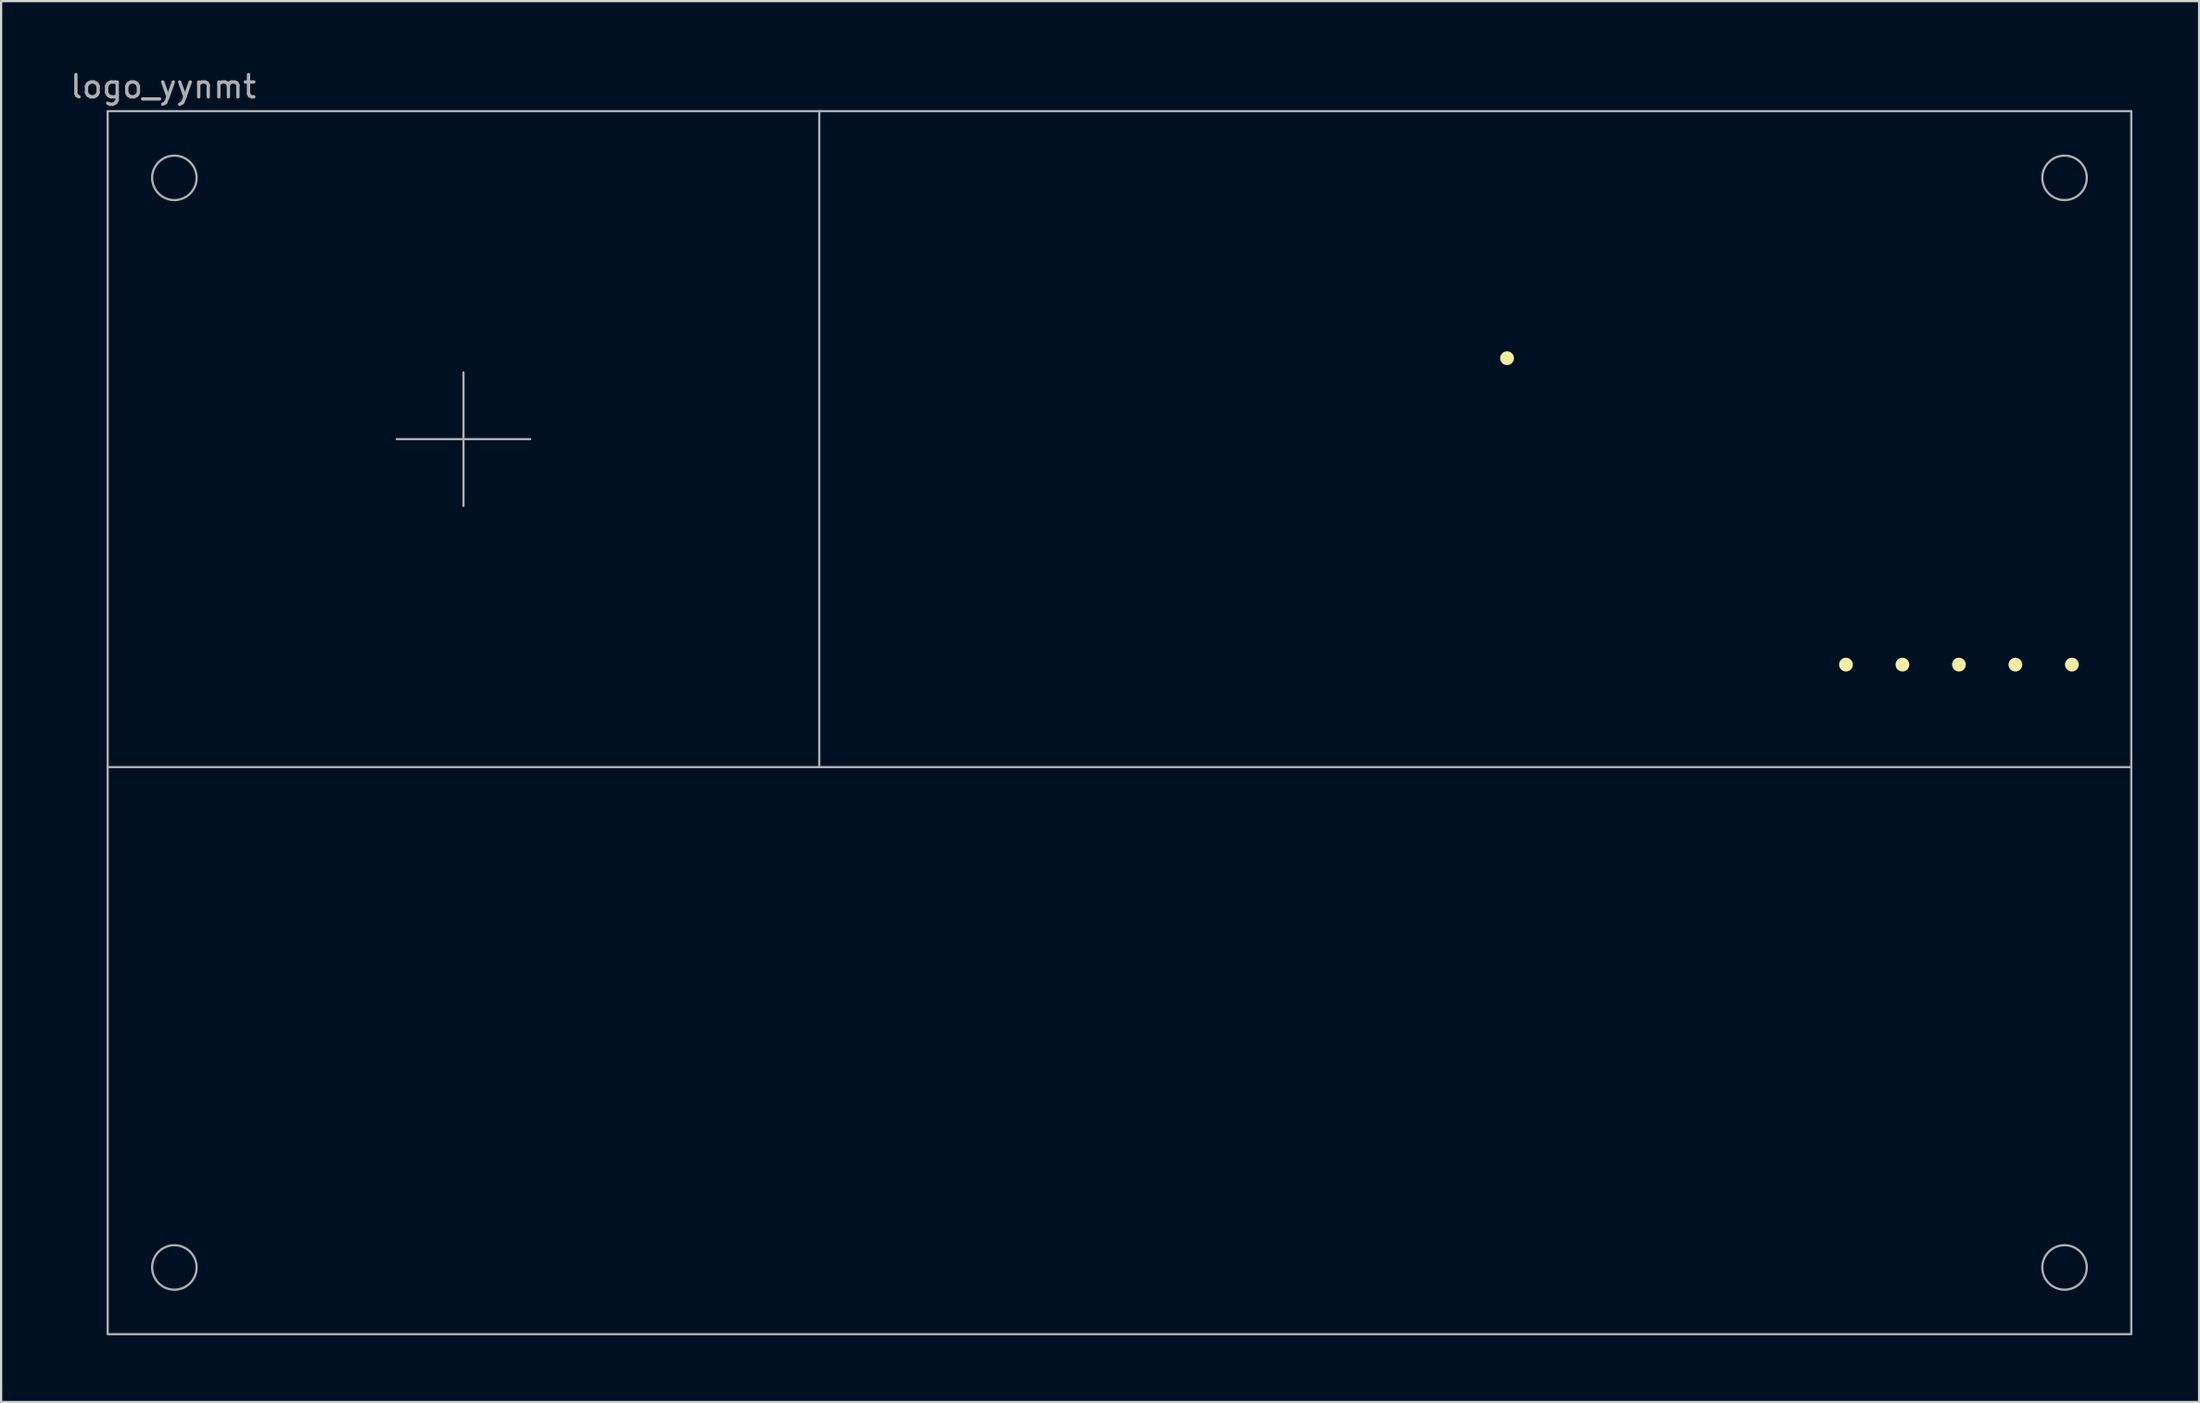
<source format=kicad_pcb>
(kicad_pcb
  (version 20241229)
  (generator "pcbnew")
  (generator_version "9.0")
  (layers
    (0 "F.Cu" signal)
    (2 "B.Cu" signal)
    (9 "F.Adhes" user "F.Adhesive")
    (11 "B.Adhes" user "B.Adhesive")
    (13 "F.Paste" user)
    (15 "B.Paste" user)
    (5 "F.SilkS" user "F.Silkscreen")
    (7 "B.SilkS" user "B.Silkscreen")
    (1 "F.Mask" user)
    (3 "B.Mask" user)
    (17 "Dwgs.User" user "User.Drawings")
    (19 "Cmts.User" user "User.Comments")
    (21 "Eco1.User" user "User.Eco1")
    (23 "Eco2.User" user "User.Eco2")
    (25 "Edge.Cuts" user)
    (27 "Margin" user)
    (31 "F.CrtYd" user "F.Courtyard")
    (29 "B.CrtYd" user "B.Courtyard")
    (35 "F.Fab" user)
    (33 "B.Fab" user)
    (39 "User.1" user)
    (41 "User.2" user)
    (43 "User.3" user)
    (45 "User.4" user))
  (footprint "logo_yynmt"
    (layer "F.Cu")
    (at 1.792 1.948)
    (property "Reference" "logo_yynmt" (at 2.5 -1.1 0) (unlocked yes) (layer "F.Fab") (effects (font (size 1 1) (thickness 0.15))))
    (attr exclude_from_pos_files exclude_from_bom)
    (fp_poly (pts (xy 8 4) (xy 8 2) (xy 10 2)) (stroke (width 0) (type solid)) (fill yes) (layer "F.Mask"))
    (fp_poly (pts (xy 24 2) (xy 24 4) (xy 22 4)) (stroke (width 0) (type solid)) (fill yes) (layer "F.Mask"))
    (fp_poly (pts (xy 12 4) (xy 10 4) (xy 12 2) (xy 14 2)) (stroke (width 0) (type solid)) (fill yes) (layer "F.Mask"))
    (fp_poly (pts (xy 16 4) (xy 14 4) (xy 16 2) (xy 18 2)) (stroke (width 0) (type solid)) (fill yes) (layer "F.Mask"))
    (fp_poly (pts (xy 20 4) (xy 18 4) (xy 20 2) (xy 22 2)) (stroke (width 0) (type solid)) (fill yes) (layer "F.Mask"))
    (fp_poly (pts (xy 27.848 4) (xy 27.748 4) (xy 27.748 2) (xy 27.848 2)) (stroke (width 0) (type solid)) (fill yes) (layer "F.Mask"))
    (fp_poly (pts (xy 32.61 3.2) (xy 32.51 3.2) (xy 32.51 2.8) (xy 32.61 2.8)) (stroke (width 0) (type solid)) (fill yes) (layer "F.Mask"))
    (fp_poly (pts (xy 37.373 3.5) (xy 37.273 3.5) (xy 37.273 2.5) (xy 37.373 2.5)) (stroke (width 0) (type solid)) (fill yes) (layer "F.Mask"))
    (fp_poly (pts (xy 42.135 3.2) (xy 42.035 3.2) (xy 42.035 2.8) (xy 42.135 2.8)) (stroke (width 0) (type solid)) (fill yes) (layer "F.Mask"))
    (fp_poly (pts (xy 46.898 4) (xy 46.798 4) (xy 46.798 2) (xy 46.898 2)) (stroke (width 0) (type solid)) (fill yes) (layer "F.Mask"))
    (fp_poly (pts (xy 51.66 3.2) (xy 51.56 3.2) (xy 51.56 2.8) (xy 51.66 2.8)) (stroke (width 0) (type solid)) (fill yes) (layer "F.Mask"))
    (fp_poly (pts (xy 56.423 3.5) (xy 56.323 3.5) (xy 56.323 2.5) (xy 56.423 2.5)) (stroke (width 0) (type solid)) (fill yes) (layer "F.Mask"))
    (fp_poly (pts (xy 61.188 3.2) (xy 61.087 3.2) (xy 61.087 2.8) (xy 61.188 2.8)) (stroke (width 0) (type solid)) (fill yes) (layer "F.Mask"))
    (fp_poly (pts (xy 65.95 4) (xy 65.85 4) (xy 65.85 2) (xy 65.95 2)) (stroke (width 0) (type solid)) (fill yes) (layer "F.Mask"))
    (fp_poly (pts (xy 70.713 3.2) (xy 70.612 3.2) (xy 70.612 2.8) (xy 70.713 2.8)) (stroke (width 0) (type solid)) (fill yes) (layer "F.Mask"))
    (fp_poly (pts (xy 75.475 3.5) (xy 75.375 3.5) (xy 75.375 2.5) (xy 75.475 2.5)) (stroke (width 0) (type solid)) (fill yes) (layer "F.Mask"))
    (fp_poly (pts (xy 80.237 3.2) (xy 80.138 3.2) (xy 80.138 2.8) (xy 80.237 2.8)) (stroke (width 0) (type solid)) (fill yes) (layer "F.Mask"))
    (fp_poly (pts (xy 85 2.95) (xy 85 3.05) (xy 27.748 3.05) (xy 27.75 2.95)) (stroke (width 0) (type solid)) (fill yes) (layer "F.Mask"))
    (fp_poly (pts (xy 85 4) (xy 84.9 4) (xy 84.9 2) (xy 85 2)) (stroke (width 0) (type solid)) (fill yes) (layer "F.Mask"))
    (fp_poly (pts (xy 12.913 5.308) (xy 12.861 5.31) (xy 12.836 5.31) (xy 12.82 5.309) (xy 12.81 5.308) (xy 12.807 5.305) (xy 12.807 5.299) (xy 12.807 5.284) (xy 12.806 5.26) (xy 12.806 5.23) (xy 12.806 5.193) (xy 12.806 5.151) (xy 12.806 5.104) (xy 12.806 5.053) (xy 12.806 5.016) (xy 12.808 4.733) (xy 12.913 4.733)) (stroke (width 0) (type solid)) (fill yes) (layer "F.Mask"))
    (fp_poly (pts (xy 21.576 5.184) (xy 21.597 5.193) (xy 21.615 5.209) (xy 21.617 5.213) (xy 21.627 5.236) (xy 21.628 5.26) (xy 21.621 5.283) (xy 21.606 5.303) (xy 21.588 5.316) (xy 21.566 5.324) (xy 21.548 5.325) (xy 21.529 5.319) (xy 21.525 5.317) (xy 21.505 5.302) (xy 21.491 5.281) (xy 21.485 5.257) (xy 21.488 5.231) (xy 21.494 5.216) (xy 21.509 5.198) (xy 21.529 5.186) (xy 21.552 5.182)) (stroke (width 0) (type solid)) (fill yes) (layer "F.Mask"))
    (fp_poly (pts (xy 12.881 4.451) (xy 12.904 4.463) (xy 12.908 4.467) (xy 12.924 4.487) (xy 12.932 4.51) (xy 12.931 4.533) (xy 12.924 4.556) (xy 12.909 4.575) (xy 12.887 4.589) (xy 12.883 4.591) (xy 12.865 4.595) (xy 12.847 4.594) (xy 12.827 4.586) (xy 12.806 4.572) (xy 12.793 4.553) (xy 12.786 4.531) (xy 12.787 4.508) (xy 12.795 4.487) (xy 12.809 4.468) (xy 12.83 4.454) (xy 12.831 4.454) (xy 12.857 4.448)) (stroke (width 0) (type solid)) (fill yes) (layer "F.Mask"))
    (fp_poly (pts (xy 21.269 4.63) (xy 21.27 4.731) (xy 21.319 4.732) (xy 21.368 4.733) (xy 21.368 4.828) (xy 21.27 4.831) (xy 21.268 5.308) (xy 21.217 5.31) (xy 21.196 5.31) (xy 21.178 5.31) (xy 21.167 5.309) (xy 21.163 5.308) (xy 21.163 5.302) (xy 21.162 5.288) (xy 21.162 5.265) (xy 21.161 5.235) (xy 21.161 5.2) (xy 21.16 5.159) (xy 21.16 5.114) (xy 21.16 5.068) (xy 21.16 4.831) (xy 21.131 4.83) (xy 21.103 4.828) (xy 21.103 4.733) (xy 21.131 4.732) (xy 21.16 4.73) (xy 21.161 4.629) (xy 21.163 4.528) (xy 21.268 4.528)) (stroke (width 0) (type solid)) (fill yes) (layer "F.Mask"))
    (fp_poly (pts (xy 8.131 4.387) (xy 8.177 4.388) (xy 8.214 4.39) (xy 8.244 4.392) (xy 8.269 4.394) (xy 8.29 4.398) (xy 8.308 4.402) (xy 8.325 4.409) (xy 8.343 4.416) (xy 8.353 4.421) (xy 8.391 4.445) (xy 8.422 4.475) (xy 8.447 4.511) (xy 8.466 4.551) (xy 8.479 4.594) (xy 8.484 4.638) (xy 8.483 4.683) (xy 8.475 4.727) (xy 8.46 4.769) (xy 8.437 4.807) (xy 8.407 4.841) (xy 8.406 4.842) (xy 8.369 4.868) (xy 8.327 4.888) (xy 8.277 4.902) (xy 8.221 4.909) (xy 8.172 4.911) (xy 8.11 4.911) (xy 8.108 5.308) (xy 8 5.311) (xy 8 4.848) (xy 8 4.491) (xy 8.11 4.491) (xy 8.11 4.806) (xy 8.169 4.806) (xy 8.196 4.805) (xy 8.222 4.804) (xy 8.243 4.801) (xy 8.253 4.799) (xy 8.293 4.785) (xy 8.325 4.765) (xy 8.349 4.739) (xy 8.364 4.707) (xy 8.373 4.669) (xy 8.374 4.658) (xy 8.373 4.617) (xy 8.364 4.582) (xy 8.346 4.552) (xy 8.321 4.529) (xy 8.288 4.511) (xy 8.246 4.499) (xy 8.197 4.492) (xy 8.161 4.491) (xy 8.11 4.491) (xy 8 4.491) (xy 8 4.385)) (stroke (width 0) (type solid)) (fill yes) (layer "F.Mask"))
    (fp_poly (pts (xy 17.273 4.931) (xy 17.294 4.972) (xy 17.313 5.011) (xy 17.33 5.045) (xy 17.345 5.074) (xy 17.358 5.098) (xy 17.367 5.115) (xy 17.373 5.125) (xy 17.375 5.127) (xy 17.378 5.122) (xy 17.384 5.109) (xy 17.394 5.088) (xy 17.406 5.061) (xy 17.421 5.029) (xy 17.438 4.993) (xy 17.456 4.953) (xy 17.467 4.927) (xy 17.556 4.731) (xy 17.613 4.731) (xy 17.64 4.731) (xy 17.658 4.733) (xy 17.668 4.735) (xy 17.67 4.737) (xy 17.668 4.742) (xy 17.662 4.756) (xy 17.652 4.777) (xy 17.639 4.806) (xy 17.623 4.841) (xy 17.603 4.882) (xy 17.582 4.929) (xy 17.558 4.98) (xy 17.532 5.035) (xy 17.504 5.093) (xy 17.475 5.155) (xy 17.461 5.184) (xy 17.253 5.626) (xy 17.197 5.626) (xy 17.174 5.626) (xy 17.155 5.625) (xy 17.143 5.624) (xy 17.138 5.622) (xy 17.14 5.617) (xy 17.146 5.604) (xy 17.155 5.584) (xy 17.167 5.557) (xy 17.182 5.526) (xy 17.199 5.491) (xy 17.218 5.452) (xy 17.226 5.435) (xy 17.316 5.252) (xy 17.186 4.995) (xy 17.162 4.948) (xy 17.14 4.903) (xy 17.119 4.862) (xy 17.101 4.826) (xy 17.086 4.794) (xy 17.073 4.768) (xy 17.064 4.749) (xy 17.059 4.738) (xy 17.058 4.734) (xy 17.064 4.733) (xy 17.078 4.732) (xy 17.098 4.731) (xy 17.118 4.731) (xy 17.174 4.731)) (stroke (width 0) (type solid)) (fill yes) (layer "F.Mask"))
    (fp_poly (pts (xy 18.298 4.931) (xy 18.319 4.972) (xy 18.338 5.011) (xy 18.355 5.045) (xy 18.37 5.074) (xy 18.383 5.098) (xy 18.392 5.115) (xy 18.398 5.125) (xy 18.4 5.127) (xy 18.403 5.122) (xy 18.409 5.109) (xy 18.419 5.088) (xy 18.431 5.061) (xy 18.446 5.029) (xy 18.463 4.993) (xy 18.481 4.953) (xy 18.492 4.927) (xy 18.581 4.731) (xy 18.638 4.731) (xy 18.665 4.731) (xy 18.683 4.733) (xy 18.693 4.735) (xy 18.695 4.737) (xy 18.693 4.742) (xy 18.687 4.756) (xy 18.677 4.777) (xy 18.664 4.806) (xy 18.648 4.841) (xy 18.628 4.882) (xy 18.607 4.929) (xy 18.583 4.98) (xy 18.557 5.035) (xy 18.529 5.093) (xy 18.5 5.155) (xy 18.486 5.184) (xy 18.278 5.626) (xy 18.222 5.626) (xy 18.199 5.626) (xy 18.18 5.625) (xy 18.168 5.624) (xy 18.163 5.622) (xy 18.165 5.617) (xy 18.171 5.604) (xy 18.18 5.584) (xy 18.192 5.557) (xy 18.207 5.526) (xy 18.224 5.491) (xy 18.243 5.452) (xy 18.251 5.435) (xy 18.341 5.252) (xy 18.211 4.995) (xy 18.187 4.948) (xy 18.165 4.903) (xy 18.144 4.862) (xy 18.126 4.826) (xy 18.111 4.794) (xy 18.098 4.768) (xy 18.089 4.749) (xy 18.084 4.738) (xy 18.083 4.734) (xy 18.089 4.733) (xy 18.103 4.732) (xy 18.123 4.731) (xy 18.143 4.731) (xy 18.199 4.731)) (stroke (width 0) (type solid)) (fill yes) (layer "F.Mask"))
    (fp_poly (pts (xy 18.963 4.931) (xy 18.984 4.972) (xy 19.003 5.011) (xy 19.02 5.045) (xy 19.035 5.074) (xy 19.048 5.098) (xy 19.057 5.115) (xy 19.063 5.125) (xy 19.065 5.127) (xy 19.068 5.122) (xy 19.074 5.109) (xy 19.084 5.088) (xy 19.096 5.061) (xy 19.111 5.029) (xy 19.128 4.993) (xy 19.146 4.953) (xy 19.157 4.927) (xy 19.246 4.731) (xy 19.303 4.731) (xy 19.33 4.731) (xy 19.348 4.733) (xy 19.358 4.735) (xy 19.36 4.737) (xy 19.358 4.742) (xy 19.352 4.756) (xy 19.342 4.777) (xy 19.329 4.806) (xy 19.313 4.841) (xy 19.293 4.882) (xy 19.272 4.929) (xy 19.248 4.98) (xy 19.222 5.035) (xy 19.194 5.093) (xy 19.165 5.155) (xy 19.151 5.184) (xy 18.943 5.626) (xy 18.887 5.626) (xy 18.864 5.626) (xy 18.845 5.625) (xy 18.833 5.624) (xy 18.828 5.622) (xy 18.83 5.617) (xy 18.836 5.604) (xy 18.845 5.584) (xy 18.857 5.557) (xy 18.872 5.526) (xy 18.889 5.491) (xy 18.908 5.452) (xy 18.916 5.435) (xy 19.006 5.252) (xy 18.876 4.995) (xy 18.852 4.948) (xy 18.83 4.903) (xy 18.809 4.862) (xy 18.791 4.826) (xy 18.776 4.794) (xy 18.763 4.768) (xy 18.754 4.749) (xy 18.749 4.738) (xy 18.748 4.734) (xy 18.754 4.733) (xy 18.768 4.732) (xy 18.788 4.731) (xy 18.808 4.731) (xy 18.864 4.731)) (stroke (width 0) (type solid)) (fill yes) (layer "F.Mask"))
    (fp_poly (pts (xy 10.849 4.387) (xy 10.901 4.388) (xy 10.944 4.39) (xy 10.981 4.392) (xy 11.011 4.395) (xy 11.038 4.4) (xy 11.063 4.405) (xy 11.086 4.412) (xy 11.11 4.421) (xy 11.121 4.426) (xy 11.179 4.455) (xy 11.231 4.493) (xy 11.278 4.537) (xy 11.317 4.588) (xy 11.349 4.644) (xy 11.366 4.686) (xy 11.382 4.746) (xy 11.391 4.811) (xy 11.391 4.876) (xy 11.384 4.941) (xy 11.375 4.986) (xy 11.354 5.042) (xy 11.325 5.096) (xy 11.288 5.147) (xy 11.244 5.192) (xy 11.195 5.231) (xy 11.15 5.258) (xy 11.12 5.272) (xy 11.09 5.284) (xy 11.059 5.293) (xy 11.024 5.3) (xy 10.984 5.305) (xy 10.939 5.308) (xy 10.887 5.31) (xy 10.826 5.311) (xy 10.821 5.311) (xy 10.705 5.311) (xy 10.705 4.49) (xy 10.815 4.49) (xy 10.815 5.207) (xy 10.901 5.205) (xy 10.945 5.203) (xy 10.981 5.2) (xy 11.009 5.196) (xy 11.02 5.193) (xy 11.075 5.174) (xy 11.125 5.147) (xy 11.17 5.112) (xy 11.208 5.07) (xy 11.24 5.023) (xy 11.254 4.993) (xy 11.269 4.946) (xy 11.277 4.894) (xy 11.279 4.84) (xy 11.275 4.785) (xy 11.264 4.733) (xy 11.253 4.7) (xy 11.229 4.654) (xy 11.196 4.612) (xy 11.157 4.574) (xy 11.113 4.544) (xy 11.098 4.536) (xy 11.066 4.522) (xy 11.035 4.51) (xy 11.002 4.502) (xy 10.965 4.497) (xy 10.922 4.493) (xy 10.896 4.492) (xy 10.815 4.49) (xy 10.705 4.49) (xy 10.705 4.385)) (stroke (width 0) (type solid)) (fill yes) (layer "F.Mask"))
    (fp_poly (pts (xy 22.149 4.72) (xy 22.181 4.724) (xy 22.211 4.732) (xy 22.241 4.745) (xy 22.261 4.755) (xy 22.295 4.772) (xy 22.295 4.834) (xy 22.295 4.858) (xy 22.294 4.877) (xy 22.293 4.89) (xy 22.292 4.896) (xy 22.292 4.896) (xy 22.287 4.893) (xy 22.277 4.885) (xy 22.264 4.873) (xy 22.263 4.873) (xy 22.227 4.846) (xy 22.188 4.827) (xy 22.148 4.817) (xy 22.107 4.814) (xy 22.066 4.819) (xy 22.028 4.831) (xy 21.994 4.851) (xy 21.964 4.878) (xy 21.943 4.907) (xy 21.929 4.939) (xy 21.92 4.978) (xy 21.916 5.018) (xy 21.918 5.058) (xy 21.925 5.095) (xy 21.927 5.101) (xy 21.945 5.137) (xy 21.97 5.169) (xy 22 5.195) (xy 22.034 5.214) (xy 22.056 5.222) (xy 22.102 5.228) (xy 22.147 5.225) (xy 22.192 5.212) (xy 22.234 5.19) (xy 22.273 5.16) (xy 22.286 5.149) (xy 22.294 5.145) (xy 22.298 5.147) (xy 22.298 5.147) (xy 22.299 5.155) (xy 22.299 5.17) (xy 22.299 5.191) (xy 22.299 5.211) (xy 22.298 5.268) (xy 22.255 5.29) (xy 22.205 5.31) (xy 22.152 5.322) (xy 22.098 5.325) (xy 22.068 5.322) (xy 22.014 5.31) (xy 21.965 5.29) (xy 21.921 5.263) (xy 21.882 5.228) (xy 21.851 5.188) (xy 21.827 5.142) (xy 21.813 5.093) (xy 21.805 5.038) (xy 21.807 4.983) (xy 21.818 4.931) (xy 21.837 4.882) (xy 21.864 4.838) (xy 21.899 4.799) (xy 21.94 4.766) (xy 21.94 4.766) (xy 21.982 4.744) (xy 22.025 4.729) (xy 22.073 4.721) (xy 22.11 4.719)) (stroke (width 0) (type solid)) (fill yes) (layer "F.Mask"))
    (fp_poly (pts (xy 14.199 4.723) (xy 14.239 4.736) (xy 14.274 4.756) (xy 14.299 4.778) (xy 14.311 4.791) (xy 14.32 4.804) (xy 14.328 4.818) (xy 14.334 4.834) (xy 14.339 4.852) (xy 14.343 4.874) (xy 14.346 4.901) (xy 14.348 4.934) (xy 14.349 4.973) (xy 14.349 5.02) (xy 14.349 5.075) (xy 14.349 5.116) (xy 14.348 5.308) (xy 14.243 5.308) (xy 14.24 5.098) (xy 14.239 5.047) (xy 14.239 5.005) (xy 14.238 4.97) (xy 14.238 4.943) (xy 14.237 4.922) (xy 14.236 4.906) (xy 14.235 4.894) (xy 14.233 4.885) (xy 14.231 4.878) (xy 14.229 4.873) (xy 14.226 4.867) (xy 14.226 4.867) (xy 14.208 4.844) (xy 14.184 4.827) (xy 14.156 4.817) (xy 14.125 4.814) (xy 14.093 4.818) (xy 14.065 4.828) (xy 14.048 4.841) (xy 14.03 4.861) (xy 14.015 4.884) (xy 14.008 4.899) (xy 14.005 4.906) (xy 14.003 4.914) (xy 14.001 4.923) (xy 14 4.936) (xy 13.999 4.952) (xy 13.998 4.974) (xy 13.997 5.001) (xy 13.996 5.036) (xy 13.996 5.078) (xy 13.995 5.116) (xy 13.993 5.308) (xy 13.941 5.31) (xy 13.916 5.31) (xy 13.9 5.309) (xy 13.89 5.308) (xy 13.887 5.305) (xy 13.887 5.299) (xy 13.887 5.284) (xy 13.886 5.26) (xy 13.886 5.23) (xy 13.886 5.193) (xy 13.886 5.151) (xy 13.886 5.104) (xy 13.886 5.053) (xy 13.886 5.016) (xy 13.888 4.733) (xy 13.993 4.733) (xy 13.996 4.781) (xy 14.022 4.761) (xy 14.041 4.748) (xy 14.061 4.737) (xy 14.074 4.731) (xy 14.115 4.72) (xy 14.157 4.718)) (stroke (width 0) (type solid)) (fill yes) (layer "F.Mask"))
    (fp_poly (pts (xy 19.814 4.723) (xy 19.854 4.736) (xy 19.889 4.756) (xy 19.914 4.778) (xy 19.926 4.791) (xy 19.935 4.804) (xy 19.943 4.818) (xy 19.949 4.834) (xy 19.954 4.852) (xy 19.958 4.874) (xy 19.961 4.901) (xy 19.963 4.934) (xy 19.964 4.973) (xy 19.964 5.02) (xy 19.964 5.075) (xy 19.964 5.116) (xy 19.963 5.308) (xy 19.858 5.308) (xy 19.855 5.098) (xy 19.854 5.047) (xy 19.854 5.005) (xy 19.853 4.97) (xy 19.853 4.943) (xy 19.852 4.922) (xy 19.851 4.906) (xy 19.85 4.894) (xy 19.848 4.885) (xy 19.846 4.878) (xy 19.844 4.873) (xy 19.841 4.867) (xy 19.841 4.867) (xy 19.823 4.844) (xy 19.799 4.827) (xy 19.771 4.817) (xy 19.74 4.814) (xy 19.708 4.818) (xy 19.68 4.828) (xy 19.663 4.841) (xy 19.645 4.861) (xy 19.63 4.884) (xy 19.623 4.899) (xy 19.62 4.906) (xy 19.618 4.914) (xy 19.616 4.923) (xy 19.615 4.936) (xy 19.614 4.952) (xy 19.613 4.974) (xy 19.612 5.001) (xy 19.611 5.036) (xy 19.611 5.078) (xy 19.61 5.116) (xy 19.608 5.308) (xy 19.556 5.31) (xy 19.531 5.31) (xy 19.515 5.309) (xy 19.505 5.308) (xy 19.502 5.305) (xy 19.502 5.299) (xy 19.502 5.284) (xy 19.501 5.26) (xy 19.501 5.23) (xy 19.501 5.193) (xy 19.501 5.151) (xy 19.501 5.104) (xy 19.501 5.053) (xy 19.501 5.016) (xy 19.503 4.733) (xy 19.608 4.733) (xy 19.611 4.781) (xy 19.637 4.761) (xy 19.656 4.748) (xy 19.676 4.737) (xy 19.689 4.731) (xy 19.73 4.72) (xy 19.772 4.718)) (stroke (width 0) (type solid)) (fill yes) (layer "F.Mask"))
    (fp_poly (pts (xy 15.808 5.308) (xy 15.703 5.308) (xy 15.698 5.24) (xy 15.683 5.256) (xy 15.651 5.282) (xy 15.612 5.303) (xy 15.569 5.317) (xy 15.524 5.324) (xy 15.477 5.323) (xy 15.448 5.318) (xy 15.398 5.302) (xy 15.353 5.278) (xy 15.315 5.247) (xy 15.283 5.209) (xy 15.259 5.164) (xy 15.242 5.114) (xy 15.233 5.058) (xy 15.231 5.041) (xy 15.232 5.002) (xy 15.341 5.002) (xy 15.342 5.051) (xy 15.35 5.096) (xy 15.366 5.135) (xy 15.388 5.168) (xy 15.415 5.195) (xy 15.448 5.214) (xy 15.486 5.225) (xy 15.528 5.228) (xy 15.538 5.227) (xy 15.56 5.224) (xy 15.584 5.217) (xy 15.596 5.212) (xy 15.624 5.196) (xy 15.65 5.173) (xy 15.671 5.146) (xy 15.679 5.133) (xy 15.694 5.097) (xy 15.702 5.061) (xy 15.704 5.02) (xy 15.704 5.006) (xy 15.7 4.967) (xy 15.693 4.936) (xy 15.68 4.909) (xy 15.663 4.884) (xy 15.648 4.868) (xy 15.617 4.842) (xy 15.586 4.825) (xy 15.55 4.816) (xy 15.523 4.815) (xy 15.48 4.819) (xy 15.442 4.831) (xy 15.409 4.852) (xy 15.382 4.88) (xy 15.361 4.915) (xy 15.348 4.957) (xy 15.341 5.002) (xy 15.232 5.002) (xy 15.232 4.98) (xy 15.241 4.926) (xy 15.258 4.876) (xy 15.284 4.832) (xy 15.315 4.796) (xy 15.353 4.764) (xy 15.396 4.741) (xy 15.442 4.725) (xy 15.49 4.718) (xy 15.539 4.719) (xy 15.587 4.729) (xy 15.623 4.743) (xy 15.643 4.755) (xy 15.663 4.768) (xy 15.678 4.78) (xy 15.698 4.8) (xy 15.7 4.552) (xy 15.703 4.303) (xy 15.808 4.303)) (stroke (width 0) (type solid)) (fill yes) (layer "F.Mask"))
    (fp_poly (pts (xy 16.489 4.55) (xy 16.49 4.796) (xy 16.516 4.776) (xy 16.556 4.749) (xy 16.596 4.731) (xy 16.624 4.723) (xy 16.676 4.717) (xy 16.726 4.721) (xy 16.774 4.734) (xy 16.819 4.755) (xy 16.86 4.786) (xy 16.871 4.796) (xy 16.903 4.835) (xy 16.927 4.878) (xy 16.944 4.925) (xy 16.955 4.974) (xy 16.958 5.024) (xy 16.955 5.074) (xy 16.945 5.122) (xy 16.928 5.168) (xy 16.904 5.21) (xy 16.875 5.247) (xy 16.839 5.278) (xy 16.824 5.288) (xy 16.791 5.303) (xy 16.752 5.315) (xy 16.711 5.322) (xy 16.672 5.325) (xy 16.643 5.323) (xy 16.598 5.312) (xy 16.556 5.293) (xy 16.52 5.268) (xy 16.515 5.263) (xy 16.49 5.24) (xy 16.489 5.274) (xy 16.488 5.308) (xy 16.383 5.308) (xy 16.383 5.012) (xy 16.485 5.012) (xy 16.487 5.05) (xy 16.492 5.085) (xy 16.5 5.112) (xy 16.512 5.137) (xy 16.531 5.162) (xy 16.552 5.185) (xy 16.574 5.203) (xy 16.582 5.207) (xy 16.621 5.222) (xy 16.663 5.228) (xy 16.704 5.224) (xy 16.741 5.212) (xy 16.77 5.195) (xy 16.797 5.17) (xy 16.819 5.14) (xy 16.828 5.125) (xy 16.842 5.083) (xy 16.848 5.039) (xy 16.847 4.995) (xy 16.839 4.952) (xy 16.824 4.913) (xy 16.802 4.878) (xy 16.79 4.866) (xy 16.758 4.84) (xy 16.723 4.823) (xy 16.687 4.814) (xy 16.65 4.814) (xy 16.614 4.822) (xy 16.58 4.838) (xy 16.55 4.86) (xy 16.523 4.89) (xy 16.502 4.927) (xy 16.495 4.946) (xy 16.488 4.977) (xy 16.485 5.012) (xy 16.383 5.012) (xy 16.383 4.303) (xy 16.488 4.303)) (stroke (width 0) (type solid)) (fill yes) (layer "F.Mask"))
    (fp_poly (pts (xy 22.775 4.719) (xy 22.806 4.723) (xy 22.859 4.737) (xy 22.907 4.76) (xy 22.949 4.79) (xy 22.985 4.828) (xy 23.013 4.872) (xy 23.034 4.921) (xy 23.042 4.949) (xy 23.05 5.004) (xy 23.048 5.058) (xy 23.038 5.109) (xy 23.02 5.157) (xy 22.995 5.201) (xy 22.962 5.24) (xy 22.922 5.272) (xy 22.89 5.291) (xy 22.838 5.311) (xy 22.785 5.322) (xy 22.73 5.324) (xy 22.68 5.318) (xy 22.629 5.304) (xy 22.583 5.282) (xy 22.542 5.252) (xy 22.507 5.215) (xy 22.478 5.173) (xy 22.457 5.126) (xy 22.444 5.074) (xy 22.44 5.022) (xy 22.44 5.021) (xy 22.553 5.021) (xy 22.553 5.048) (xy 22.554 5.068) (xy 22.557 5.084) (xy 22.561 5.098) (xy 22.564 5.107) (xy 22.585 5.146) (xy 22.613 5.178) (xy 22.647 5.203) (xy 22.686 5.22) (xy 22.701 5.223) (xy 22.722 5.228) (xy 22.738 5.23) (xy 22.753 5.23) (xy 22.769 5.227) (xy 22.787 5.223) (xy 22.829 5.21) (xy 22.866 5.188) (xy 22.896 5.159) (xy 22.919 5.123) (xy 22.926 5.107) (xy 22.933 5.081) (xy 22.937 5.048) (xy 22.938 5.013) (xy 22.936 4.978) (xy 22.93 4.948) (xy 22.926 4.935) (xy 22.905 4.896) (xy 22.878 4.864) (xy 22.845 4.839) (xy 22.806 4.823) (xy 22.763 4.815) (xy 22.748 4.814) (xy 22.703 4.818) (xy 22.662 4.832) (xy 22.626 4.853) (xy 22.596 4.883) (xy 22.572 4.919) (xy 22.562 4.941) (xy 22.557 4.957) (xy 22.554 4.978) (xy 22.553 5.006) (xy 22.553 5.021) (xy 22.44 5.021) (xy 22.445 4.967) (xy 22.458 4.915) (xy 22.479 4.867) (xy 22.508 4.825) (xy 22.543 4.789) (xy 22.585 4.759) (xy 22.632 4.737) (xy 22.684 4.723) (xy 22.717 4.718) (xy 22.746 4.717)) (stroke (width 0) (type solid)) (fill yes) (layer "F.Mask"))
    (fp_poly (pts (xy 12.471 4.719) (xy 12.488 4.721) (xy 12.503 4.724) (xy 12.518 4.731) (xy 12.521 4.732) (xy 12.55 4.75) (xy 12.577 4.773) (xy 12.596 4.799) (xy 12.6 4.805) (xy 12.61 4.825) (xy 12.566 4.849) (xy 12.546 4.859) (xy 12.533 4.866) (xy 12.525 4.868) (xy 12.521 4.867) (xy 12.518 4.863) (xy 12.499 4.839) (xy 12.477 4.822) (xy 12.453 4.814) (xy 12.427 4.815) (xy 12.426 4.816) (xy 12.404 4.826) (xy 12.388 4.843) (xy 12.381 4.865) (xy 12.38 4.873) (xy 12.382 4.889) (xy 12.388 4.902) (xy 12.4 4.914) (xy 12.419 4.926) (xy 12.445 4.94) (xy 12.463 4.947) (xy 12.511 4.97) (xy 12.55 4.99) (xy 12.581 5.01) (xy 12.605 5.031) (xy 12.622 5.052) (xy 12.634 5.076) (xy 12.64 5.102) (xy 12.642 5.132) (xy 12.642 5.136) (xy 12.638 5.18) (xy 12.625 5.22) (xy 12.605 5.255) (xy 12.577 5.283) (xy 12.543 5.304) (xy 12.517 5.314) (xy 12.487 5.32) (xy 12.453 5.323) (xy 12.42 5.323) (xy 12.395 5.319) (xy 12.355 5.306) (xy 12.318 5.285) (xy 12.287 5.258) (xy 12.263 5.227) (xy 12.259 5.218) (xy 12.249 5.198) (xy 12.244 5.185) (xy 12.244 5.176) (xy 12.251 5.169) (xy 12.266 5.162) (xy 12.286 5.153) (xy 12.306 5.146) (xy 12.322 5.141) (xy 12.331 5.139) (xy 12.334 5.139) (xy 12.343 5.159) (xy 12.358 5.181) (xy 12.376 5.2) (xy 12.391 5.213) (xy 12.418 5.224) (xy 12.446 5.228) (xy 12.474 5.224) (xy 12.498 5.213) (xy 12.515 5.198) (xy 12.527 5.176) (xy 12.533 5.151) (xy 12.533 5.129) (xy 12.529 5.115) (xy 12.522 5.103) (xy 12.511 5.091) (xy 12.494 5.079) (xy 12.471 5.065) (xy 12.44 5.049) (xy 12.428 5.044) (xy 12.391 5.025) (xy 12.361 5.01) (xy 12.339 4.996) (xy 12.322 4.983) (xy 12.308 4.971) (xy 12.298 4.958) (xy 12.297 4.957) (xy 12.285 4.931) (xy 12.279 4.899) (xy 12.279 4.865) (xy 12.28 4.85) (xy 12.291 4.811) (xy 12.309 4.779) (xy 12.334 4.753) (xy 12.366 4.734) (xy 12.405 4.723) (xy 12.448 4.719)) (stroke (width 0) (type solid)) (fill yes) (layer "F.Mask"))
    (fp_poly (pts (xy 20.77 4.718) (xy 20.806 4.723) (xy 20.836 4.734) (xy 20.862 4.749) (xy 20.881 4.766) (xy 20.894 4.779) (xy 20.905 4.793) (xy 20.914 4.808) (xy 20.921 4.825) (xy 20.927 4.845) (xy 20.932 4.869) (xy 20.935 4.898) (xy 20.937 4.932) (xy 20.939 4.973) (xy 20.939 5.022) (xy 20.939 5.079) (xy 20.939 5.118) (xy 20.938 5.308) (xy 20.833 5.308) (xy 20.828 4.883) (xy 20.815 4.861) (xy 20.801 4.841) (xy 20.785 4.827) (xy 20.765 4.82) (xy 20.741 4.817) (xy 20.706 4.818) (xy 20.679 4.827) (xy 20.656 4.844) (xy 20.645 4.856) (xy 20.639 4.866) (xy 20.633 4.874) (xy 20.629 4.884) (xy 20.626 4.895) (xy 20.623 4.909) (xy 20.621 4.926) (xy 20.619 4.948) (xy 20.618 4.976) (xy 20.617 5.011) (xy 20.616 5.053) (xy 20.615 5.104) (xy 20.615 5.111) (xy 20.613 5.308) (xy 20.508 5.308) (xy 20.505 5.101) (xy 20.504 5.047) (xy 20.504 5.001) (xy 20.503 4.964) (xy 20.501 4.934) (xy 20.5 4.91) (xy 20.498 4.891) (xy 20.495 4.876) (xy 20.491 4.865) (xy 20.486 4.856) (xy 20.48 4.849) (xy 20.473 4.841) (xy 20.467 4.836) (xy 20.452 4.825) (xy 20.437 4.818) (xy 20.418 4.816) (xy 20.395 4.817) (xy 20.367 4.822) (xy 20.344 4.833) (xy 20.326 4.852) (xy 20.309 4.879) (xy 20.293 4.913) (xy 20.288 5.308) (xy 20.236 5.31) (xy 20.211 5.31) (xy 20.195 5.309) (xy 20.185 5.308) (xy 20.182 5.305) (xy 20.182 5.299) (xy 20.182 5.284) (xy 20.181 5.26) (xy 20.181 5.23) (xy 20.181 5.193) (xy 20.181 5.151) (xy 20.181 5.104) (xy 20.181 5.053) (xy 20.181 5.016) (xy 20.183 4.733) (xy 20.288 4.733) (xy 20.293 4.777) (xy 20.307 4.762) (xy 20.319 4.752) (xy 20.336 4.741) (xy 20.352 4.733) (xy 20.37 4.725) (xy 20.386 4.721) (xy 20.404 4.719) (xy 20.425 4.719) (xy 20.466 4.722) (xy 20.501 4.733) (xy 20.532 4.753) (xy 20.555 4.774) (xy 20.579 4.801) (xy 20.602 4.777) (xy 20.634 4.75) (xy 20.671 4.731) (xy 20.713 4.72) (xy 20.758 4.717)) (stroke (width 0) (type solid)) (fill yes) (layer "F.Mask"))
    (fp_poly (pts (xy 23.825 4.718) (xy 23.861 4.723) (xy 23.891 4.734) (xy 23.917 4.749) (xy 23.936 4.766) (xy 23.949 4.779) (xy 23.96 4.793) (xy 23.969 4.808) (xy 23.976 4.825) (xy 23.982 4.845) (xy 23.987 4.869) (xy 23.99 4.898) (xy 23.992 4.932) (xy 23.994 4.973) (xy 23.994 5.022) (xy 23.994 5.079) (xy 23.994 5.118) (xy 23.993 5.308) (xy 23.888 5.308) (xy 23.883 4.883) (xy 23.87 4.861) (xy 23.856 4.841) (xy 23.84 4.827) (xy 23.82 4.82) (xy 23.796 4.817) (xy 23.761 4.818) (xy 23.734 4.827) (xy 23.711 4.844) (xy 23.7 4.856) (xy 23.694 4.866) (xy 23.688 4.874) (xy 23.684 4.884) (xy 23.681 4.895) (xy 23.678 4.909) (xy 23.676 4.926) (xy 23.674 4.948) (xy 23.673 4.976) (xy 23.672 5.011) (xy 23.671 5.053) (xy 23.67 5.104) (xy 23.67 5.111) (xy 23.668 5.308) (xy 23.563 5.308) (xy 23.56 5.101) (xy 23.559 5.047) (xy 23.559 5.001) (xy 23.558 4.964) (xy 23.556 4.934) (xy 23.555 4.91) (xy 23.553 4.891) (xy 23.55 4.876) (xy 23.546 4.865) (xy 23.541 4.856) (xy 23.535 4.849) (xy 23.528 4.841) (xy 23.522 4.836) (xy 23.507 4.825) (xy 23.492 4.818) (xy 23.473 4.816) (xy 23.45 4.817) (xy 23.422 4.822) (xy 23.399 4.833) (xy 23.381 4.852) (xy 23.364 4.879) (xy 23.348 4.913) (xy 23.343 5.308) (xy 23.291 5.31) (xy 23.266 5.31) (xy 23.25 5.309) (xy 23.24 5.308) (xy 23.237 5.305) (xy 23.237 5.299) (xy 23.237 5.284) (xy 23.236 5.26) (xy 23.236 5.23) (xy 23.236 5.193) (xy 23.236 5.151) (xy 23.236 5.104) (xy 23.236 5.053) (xy 23.236 5.016) (xy 23.238 4.733) (xy 23.343 4.733) (xy 23.348 4.777) (xy 23.362 4.762) (xy 23.374 4.752) (xy 23.391 4.741) (xy 23.407 4.733) (xy 23.425 4.725) (xy 23.441 4.721) (xy 23.459 4.719) (xy 23.48 4.719) (xy 23.521 4.722) (xy 23.556 4.733) (xy 23.587 4.753) (xy 23.61 4.774) (xy 23.634 4.801) (xy 23.657 4.777) (xy 23.689 4.75) (xy 23.726 4.731) (xy 23.768 4.72) (xy 23.813 4.717)) (stroke (width 0) (type solid)) (fill yes) (layer "F.Mask"))
    (fp_poly (pts (xy 9.146 4.375) (xy 9.207 4.386) (xy 9.265 4.403) (xy 9.319 4.428) (xy 9.354 4.451) (xy 9.375 4.466) (xy 9.375 4.528) (xy 9.375 4.552) (xy 9.374 4.572) (xy 9.373 4.586) (xy 9.371 4.593) (xy 9.371 4.593) (xy 9.365 4.591) (xy 9.354 4.584) (xy 9.341 4.574) (xy 9.339 4.572) (xy 9.288 4.535) (xy 9.235 4.507) (xy 9.18 4.488) (xy 9.124 4.479) (xy 9.068 4.477) (xy 9.012 4.485) (xy 8.959 4.502) (xy 8.908 4.527) (xy 8.86 4.561) (xy 8.823 4.597) (xy 8.801 4.625) (xy 8.78 4.659) (xy 8.761 4.697) (xy 8.746 4.734) (xy 8.738 4.764) (xy 8.732 4.801) (xy 8.73 4.843) (xy 8.731 4.886) (xy 8.735 4.925) (xy 8.74 4.949) (xy 8.754 4.993) (xy 8.772 5.032) (xy 8.796 5.068) (xy 8.827 5.103) (xy 8.832 5.109) (xy 8.854 5.13) (xy 8.871 5.146) (xy 8.888 5.158) (xy 8.907 5.169) (xy 8.925 5.178) (xy 8.963 5.195) (xy 8.996 5.207) (xy 9.028 5.214) (xy 9.062 5.217) (xy 9.093 5.218) (xy 9.135 5.217) (xy 9.17 5.212) (xy 9.18 5.21) (xy 9.213 5.199) (xy 9.249 5.183) (xy 9.285 5.164) (xy 9.317 5.143) (xy 9.333 5.131) (xy 9.349 5.119) (xy 9.361 5.111) (xy 9.369 5.106) (xy 9.37 5.106) (xy 9.372 5.111) (xy 9.374 5.125) (xy 9.375 5.149) (xy 9.375 5.168) (xy 9.375 5.231) (xy 9.354 5.246) (xy 9.312 5.272) (xy 9.263 5.293) (xy 9.209 5.309) (xy 9.153 5.319) (xy 9.108 5.323) (xy 9.084 5.324) (xy 9.063 5.324) (xy 9.047 5.324) (xy 9.04 5.323) (xy 9.028 5.321) (xy 9.011 5.318) (xy 8.998 5.316) (xy 8.933 5.3) (xy 8.873 5.275) (xy 8.819 5.243) (xy 8.77 5.205) (xy 8.727 5.16) (xy 8.69 5.109) (xy 8.66 5.054) (xy 8.638 4.995) (xy 8.623 4.932) (xy 8.617 4.867) (xy 8.619 4.801) (xy 8.63 4.733) (xy 8.632 4.724) (xy 8.654 4.659) (xy 8.683 4.599) (xy 8.721 4.545) (xy 8.766 4.497) (xy 8.818 4.456) (xy 8.876 4.423) (xy 8.94 4.397) (xy 8.958 4.391) (xy 9.02 4.378) (xy 9.083 4.373)) (stroke (width 0) (type solid)) (fill yes) (layer "F.Mask"))
    (fp_poly (pts (xy 11.864 4.72) (xy 11.903 4.726) (xy 11.923 4.732) (xy 11.97 4.753) (xy 12.01 4.781) (xy 12.042 4.815) (xy 12.066 4.856) (xy 12.069 4.86) (xy 12.083 4.902) (xy 12.094 4.948) (xy 12.1 4.996) (xy 12.1 5.037) (xy 12.1 5.039) (xy 12.098 5.041) (xy 12.093 5.042) (xy 12.085 5.044) (xy 12.073 5.044) (xy 12.056 5.045) (xy 12.033 5.045) (xy 12.003 5.046) (xy 11.966 5.046) (xy 11.92 5.046) (xy 11.879 5.046) (xy 11.659 5.046) (xy 11.662 5.072) (xy 11.672 5.112) (xy 11.691 5.149) (xy 11.717 5.18) (xy 11.75 5.205) (xy 11.767 5.214) (xy 11.802 5.225) (xy 11.839 5.228) (xy 11.876 5.225) (xy 11.906 5.215) (xy 11.942 5.193) (xy 11.974 5.163) (xy 11.993 5.137) (xy 12.003 5.124) (xy 12.009 5.114) (xy 12.012 5.111) (xy 12.017 5.113) (xy 12.029 5.119) (xy 12.046 5.128) (xy 12.057 5.134) (xy 12.077 5.145) (xy 12.089 5.152) (xy 12.095 5.158) (xy 12.096 5.162) (xy 12.094 5.168) (xy 12.093 5.171) (xy 12.071 5.204) (xy 12.043 5.237) (xy 12.011 5.266) (xy 11.978 5.289) (xy 11.968 5.295) (xy 11.932 5.309) (xy 11.891 5.319) (xy 11.848 5.324) (xy 11.807 5.324) (xy 11.784 5.321) (xy 11.732 5.307) (xy 11.685 5.285) (xy 11.644 5.256) (xy 11.609 5.221) (xy 11.593 5.197) (xy 11.572 5.155) (xy 11.559 5.107) (xy 11.551 5.056) (xy 11.551 5.003) (xy 11.558 4.951) (xy 11.561 4.94) (xy 11.671 4.94) (xy 11.671 4.946) (xy 11.676 4.95) (xy 11.685 4.953) (xy 11.701 4.955) (xy 11.723 4.956) (xy 11.753 4.956) (xy 11.791 4.956) (xy 11.831 4.956) (xy 11.991 4.956) (xy 11.988 4.942) (xy 11.977 4.913) (xy 11.96 4.883) (xy 11.939 4.858) (xy 11.935 4.854) (xy 11.903 4.832) (xy 11.869 4.819) (xy 11.834 4.814) (xy 11.798 4.817) (xy 11.764 4.829) (xy 11.733 4.847) (xy 11.706 4.873) (xy 11.685 4.906) (xy 11.684 4.908) (xy 11.678 4.921) (xy 11.673 4.932) (xy 11.671 4.94) (xy 11.561 4.94) (xy 11.571 4.901) (xy 11.585 4.868) (xy 11.612 4.823) (xy 11.645 4.785) (xy 11.684 4.756) (xy 11.729 4.734) (xy 11.742 4.73) (xy 11.78 4.722) (xy 11.822 4.718)) (stroke (width 0) (type solid)) (fill yes) (layer "F.Mask"))
    (fp_poly (pts (xy 14.844 4.72) (xy 14.883 4.726) (xy 14.903 4.732) (xy 14.95 4.753) (xy 14.99 4.781) (xy 15.022 4.815) (xy 15.046 4.856) (xy 15.049 4.86) (xy 15.063 4.902) (xy 15.074 4.948) (xy 15.08 4.996) (xy 15.08 5.037) (xy 15.08 5.039) (xy 15.078 5.041) (xy 15.073 5.042) (xy 15.065 5.044) (xy 15.053 5.044) (xy 15.036 5.045) (xy 15.013 5.045) (xy 14.983 5.046) (xy 14.946 5.046) (xy 14.9 5.046) (xy 14.859 5.046) (xy 14.639 5.046) (xy 14.642 5.072) (xy 14.652 5.112) (xy 14.671 5.149) (xy 14.697 5.18) (xy 14.73 5.205) (xy 14.747 5.214) (xy 14.782 5.225) (xy 14.819 5.228) (xy 14.856 5.225) (xy 14.886 5.215) (xy 14.922 5.193) (xy 14.954 5.163) (xy 14.973 5.137) (xy 14.983 5.124) (xy 14.989 5.114) (xy 14.992 5.111) (xy 14.997 5.113) (xy 15.009 5.119) (xy 15.026 5.128) (xy 15.037 5.134) (xy 15.057 5.145) (xy 15.069 5.152) (xy 15.075 5.158) (xy 15.076 5.162) (xy 15.074 5.168) (xy 15.073 5.171) (xy 15.051 5.204) (xy 15.023 5.237) (xy 14.991 5.266) (xy 14.958 5.289) (xy 14.948 5.295) (xy 14.912 5.309) (xy 14.871 5.319) (xy 14.828 5.324) (xy 14.787 5.324) (xy 14.764 5.321) (xy 14.712 5.307) (xy 14.665 5.285) (xy 14.624 5.256) (xy 14.589 5.221) (xy 14.573 5.197) (xy 14.552 5.155) (xy 14.539 5.107) (xy 14.531 5.056) (xy 14.531 5.003) (xy 14.538 4.951) (xy 14.541 4.94) (xy 14.651 4.94) (xy 14.651 4.946) (xy 14.656 4.95) (xy 14.665 4.953) (xy 14.681 4.955) (xy 14.703 4.956) (xy 14.733 4.956) (xy 14.771 4.956) (xy 14.811 4.956) (xy 14.971 4.956) (xy 14.968 4.942) (xy 14.957 4.913) (xy 14.94 4.883) (xy 14.919 4.858) (xy 14.915 4.854) (xy 14.883 4.832) (xy 14.849 4.819) (xy 14.814 4.814) (xy 14.778 4.817) (xy 14.744 4.829) (xy 14.713 4.847) (xy 14.686 4.873) (xy 14.665 4.906) (xy 14.664 4.908) (xy 14.658 4.921) (xy 14.653 4.932) (xy 14.651 4.94) (xy 14.541 4.94) (xy 14.551 4.901) (xy 14.565 4.868) (xy 14.592 4.823) (xy 14.625 4.785) (xy 14.664 4.756) (xy 14.709 4.734) (xy 14.722 4.73) (xy 14.76 4.722) (xy 14.802 4.718)) (stroke (width 0) (type solid)) (fill yes) (layer "F.Mask"))
    (fp_poly (pts (xy 9.709 4.387) (xy 9.755 4.389) (xy 9.792 4.39) (xy 9.823 4.392) (xy 9.848 4.395) (xy 9.869 4.399) (xy 9.888 4.405) (xy 9.906 4.412) (xy 9.924 4.421) (xy 9.925 4.421) (xy 9.965 4.446) (xy 9.997 4.478) (xy 10.022 4.516) (xy 10.039 4.56) (xy 10.048 4.611) (xy 10.048 4.615) (xy 10.047 4.665) (xy 10.038 4.711) (xy 10.019 4.754) (xy 9.991 4.792) (xy 9.989 4.794) (xy 9.97 4.814) (xy 9.998 4.826) (xy 10.022 4.839) (xy 10.048 4.859) (xy 10.073 4.882) (xy 10.093 4.906) (xy 10.102 4.92) (xy 10.112 4.944) (xy 10.122 4.972) (xy 10.129 5.002) (xy 10.134 5.03) (xy 10.135 5.046) (xy 10.132 5.077) (xy 10.125 5.113) (xy 10.114 5.147) (xy 10.107 5.164) (xy 10.092 5.188) (xy 10.071 5.214) (xy 10.047 5.239) (xy 10.022 5.26) (xy 9.998 5.275) (xy 9.995 5.277) (xy 9.978 5.285) (xy 9.963 5.291) (xy 9.947 5.296) (xy 9.93 5.3) (xy 9.911 5.303) (xy 9.888 5.305) (xy 9.86 5.307) (xy 9.825 5.308) (xy 9.783 5.309) (xy 9.746 5.31) (xy 9.585 5.312) (xy 9.585 4.886) (xy 9.695 4.886) (xy 9.695 5.206) (xy 9.771 5.206) (xy 9.801 5.206) (xy 9.83 5.205) (xy 9.856 5.203) (xy 9.875 5.201) (xy 9.88 5.201) (xy 9.919 5.191) (xy 9.952 5.176) (xy 9.978 5.155) (xy 9.979 5.154) (xy 10.002 5.124) (xy 10.017 5.091) (xy 10.024 5.056) (xy 10.022 5.022) (xy 10.013 4.989) (xy 9.996 4.958) (xy 9.972 4.932) (xy 9.941 4.912) (xy 9.936 4.909) (xy 9.913 4.901) (xy 9.887 4.894) (xy 9.856 4.89) (xy 9.819 4.887) (xy 9.774 4.886) (xy 9.766 4.886) (xy 9.695 4.886) (xy 9.585 4.886) (xy 9.585 4.786) (xy 9.695 4.786) (xy 9.751 4.786) (xy 9.78 4.785) (xy 9.807 4.783) (xy 9.829 4.78) (xy 9.835 4.779) (xy 9.871 4.765) (xy 9.9 4.745) (xy 9.922 4.719) (xy 9.922 4.719) (xy 9.929 4.707) (xy 9.934 4.697) (xy 9.936 4.686) (xy 9.937 4.67) (xy 9.937 4.649) (xy 9.938 4.641) (xy 9.937 4.616) (xy 9.936 4.598) (xy 9.934 4.585) (xy 9.929 4.574) (xy 9.927 4.568) (xy 9.908 4.542) (xy 9.883 4.521) (xy 9.853 4.506) (xy 9.815 4.496) (xy 9.769 4.491) (xy 9.745 4.491) (xy 9.695 4.491) (xy 9.695 4.786) (xy 9.585 4.786) (xy 9.585 4.385)) (stroke (width 0) (type solid)) (fill yes) (layer "F.Mask"))
    (fp_poly (pts (xy 13.426 4.723) (xy 13.472 4.738) (xy 13.513 4.761) (xy 13.535 4.779) (xy 13.56 4.802) (xy 13.561 4.768) (xy 13.563 4.733) (xy 13.668 4.733) (xy 13.668 5.053) (xy 13.667 5.119) (xy 13.667 5.175) (xy 13.667 5.222) (xy 13.667 5.262) (xy 13.667 5.296) (xy 13.666 5.323) (xy 13.666 5.345) (xy 13.665 5.363) (xy 13.664 5.378) (xy 13.663 5.39) (xy 13.661 5.399) (xy 13.659 5.408) (xy 13.658 5.412) (xy 13.642 5.463) (xy 13.617 5.508) (xy 13.586 5.546) (xy 13.547 5.578) (xy 13.501 5.602) (xy 13.47 5.613) (xy 13.442 5.619) (xy 13.407 5.623) (xy 13.371 5.624) (xy 13.337 5.622) (xy 13.313 5.619) (xy 13.262 5.603) (xy 13.217 5.58) (xy 13.179 5.55) (xy 13.148 5.513) (xy 13.124 5.47) (xy 13.108 5.421) (xy 13.102 5.386) (xy 13.099 5.356) (xy 13.203 5.356) (xy 13.209 5.386) (xy 13.221 5.428) (xy 13.24 5.463) (xy 13.266 5.491) (xy 13.298 5.511) (xy 13.336 5.523) (xy 13.38 5.528) (xy 13.424 5.524) (xy 13.461 5.514) (xy 13.491 5.495) (xy 13.517 5.469) (xy 13.535 5.439) (xy 13.545 5.415) (xy 13.552 5.391) (xy 13.557 5.364) (xy 13.559 5.331) (xy 13.56 5.297) (xy 13.56 5.24) (xy 13.538 5.26) (xy 13.499 5.289) (xy 13.454 5.311) (xy 13.445 5.314) (xy 13.417 5.32) (xy 13.384 5.323) (xy 13.348 5.323) (xy 13.313 5.319) (xy 13.283 5.312) (xy 13.28 5.311) (xy 13.231 5.29) (xy 13.189 5.261) (xy 13.155 5.226) (xy 13.127 5.184) (xy 13.107 5.135) (xy 13.095 5.081) (xy 13.091 5.041) (xy 13.092 5.033) (xy 13.201 5.033) (xy 13.204 5.069) (xy 13.207 5.086) (xy 13.222 5.128) (xy 13.245 5.163) (xy 13.273 5.192) (xy 13.307 5.212) (xy 13.344 5.225) (xy 13.385 5.228) (xy 13.428 5.223) (xy 13.446 5.218) (xy 13.477 5.203) (xy 13.504 5.18) (xy 13.528 5.15) (xy 13.546 5.115) (xy 13.559 5.076) (xy 13.565 5.034) (xy 13.565 5.022) (xy 13.561 4.972) (xy 13.549 4.929) (xy 13.53 4.892) (xy 13.504 4.861) (xy 13.472 4.837) (xy 13.433 4.821) (xy 13.411 4.816) (xy 13.372 4.814) (xy 13.334 4.821) (xy 13.298 4.836) (xy 13.265 4.858) (xy 13.238 4.887) (xy 13.218 4.922) (xy 13.215 4.93) (xy 13.206 4.96) (xy 13.202 4.996) (xy 13.201 5.033) (xy 13.092 5.033) (xy 13.092 4.982) (xy 13.101 4.927) (xy 13.118 4.877) (xy 13.141 4.834) (xy 13.172 4.797) (xy 13.21 4.766) (xy 13.237 4.751) (xy 13.287 4.73) (xy 13.335 4.719) (xy 13.383 4.717)) (stroke (width 0) (type solid)) (fill yes) (layer "F.Mask"))
    (fp_circle (center 62.93 11.11) (end 63.18 11.11) (stroke (width 0.12) (type solid)) (fill yes) (layer "F.SilkS"))
    (fp_circle (center 78.17 24.89) (end 78.42 24.89) (stroke (width 0.12) (type solid)) (fill yes) (layer "F.SilkS"))
    (fp_circle (center 80.71 24.89) (end 80.96 24.89) (stroke (width 0.12) (type solid)) (fill yes) (layer "F.SilkS"))
    (fp_circle (center 83.25 24.89) (end 83.5 24.89) (stroke (width 0.12) (type solid)) (fill yes) (layer "F.SilkS"))
    (fp_circle (center 85.79 24.89) (end 86.04 24.89) (stroke (width 0.12) (type solid)) (fill yes) (layer "F.SilkS"))
    (fp_circle (center 88.33 24.89) (end 88.58 24.89) (stroke (width 0.12) (type solid)) (fill yes) (layer "F.SilkS"))
    (fp_line (start 16 17.75) (end 16 11.75) (stroke (width 0.1) (type solid)) (layer "F.Fab"))
    (fp_line (start 19 14.75) (end 13 14.75) (stroke (width 0.1) (type solid)) (layer "F.Fab"))
    (fp_line (start 32 29.5) (end 32 0) (stroke (width 0.1) (type solid)) (layer "F.Fab"))
    (fp_line (start 91 29.5) (end 0 29.5) (stroke (width 0.1) (type solid)) (layer "F.Fab"))
    (fp_rect (start 91 0) (end 0 55) (stroke (width 0.1) (type solid)) (fill no) (layer "F.Fab"))
    (fp_circle (center 3 3) (end 4 3) (stroke (width 0.1) (type solid)) (fill no) (layer "F.Fab"))
    (fp_circle (center 3 52) (end 4 52) (stroke (width 0.1) (type solid)) (fill no) (layer "F.Fab"))
    (fp_circle (center 88 3) (end 89 3) (stroke (width 0.1) (type solid)) (fill no) (layer "F.Fab"))
    (fp_circle (center 88 52) (end 89 52) (stroke (width 0.1) (type solid)) (fill no) (layer "F.Fab")))
  (gr_rect
    (start -3 -3)
    (end 95.842 59.998)
    (stroke (width 0.1) (type default))
    (fill no)
    (layer "Edge.Cuts")))
</source>
